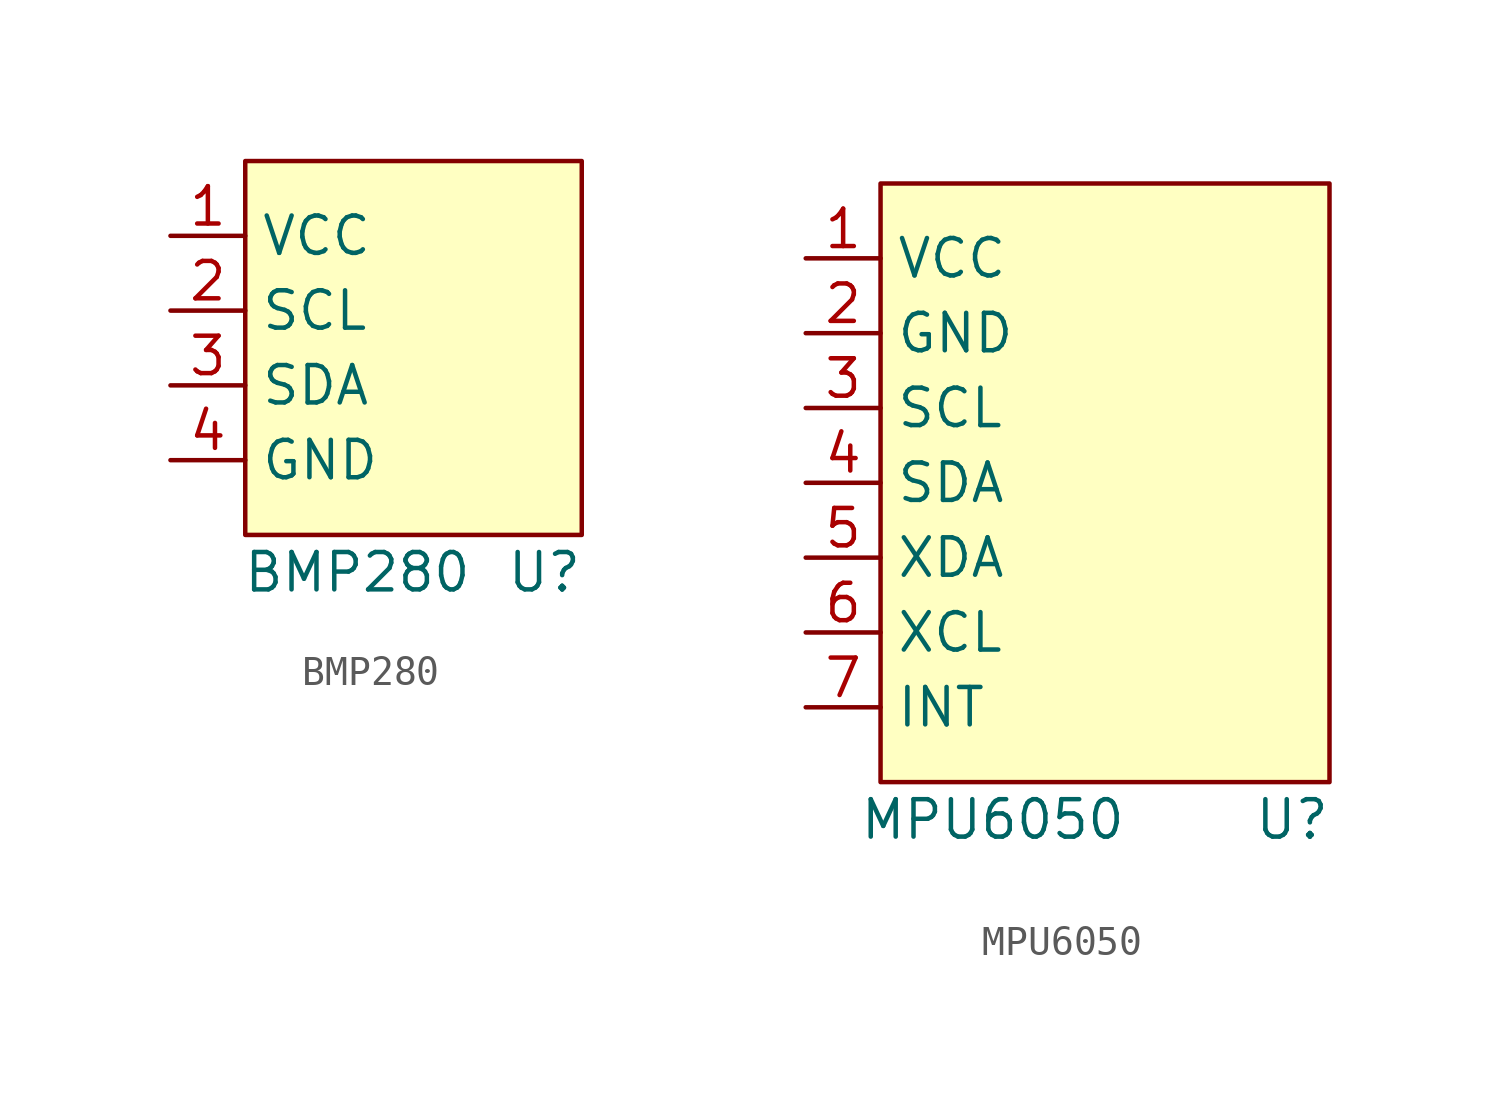
<source format=kicad_sym>
(kicad_symbol_lib
  (version 20211014)
  (generator kicad_symbol_editor)
  (symbol "BMP280"
    (property "Reference" "U"
      (at 5.08 -5.08 0)
      (effects (font (size 1.27 1.27))))
    (property "Value" "BMP280"
      (at -1.27 -5.08 0)
      (effects (font (size 1.27 1.27))))
    (symbol "BMP280_0_1"
      (rectangle (start -5.08 8.89) (end 6.35 -3.81) (stroke (width 0) (type default) (color 0 0 0 0)) (fill (type background))))
    (symbol "BMP280_1_1"
      (pin input line (at -7.62 6.35 0) (length 2.54) (name "VCC" (effects (font (size 1.27 1.27)))) (number "1" (effects (font (size 1.27 1.27)))))
      (pin input line (at -7.62 3.81 0) (length 2.54) (name "SCL" (effects (font (size 1.27 1.27)))) (number "2" (effects (font (size 1.27 1.27)))))
      (pin input line (at -7.62 1.27 0) (length 2.54) (name "SDA" (effects (font (size 1.27 1.27)))) (number "3" (effects (font (size 1.27 1.27)))))
      (pin input line (at -7.62 -1.27 0) (length 2.54) (name "GND" (effects (font (size 1.27 1.27)))) (number "4" (effects (font (size 1.27 1.27)))))))
  (symbol "MPU6050"
    (property "Reference" "U"
      (at 6.35 -10.16 0)
      (effects (font (size 1.27 1.27))))
    (property "Value" "MPU6050"
      (at -3.81 -10.16 0)
      (effects (font (size 1.27 1.27))))
    (symbol "MPU6050_0_1"
      (rectangle (start -7.62 11.43) (end 7.62 -8.89) (stroke (width 0) (type default) (color 0 0 0 0)) (fill (type background))))
    (symbol "MPU6050_1_1"
      (pin input line (at -10.16 8.89 0) (length 2.54) (name "VCC" (effects (font (size 1.27 1.27)))) (number "1" (effects (font (size 1.27 1.27)))))
      (pin input line (at -10.16 6.35 0) (length 2.54) (name "GND" (effects (font (size 1.27 1.27)))) (number "2" (effects (font (size 1.27 1.27)))))
      (pin input line (at -10.16 3.81 0) (length 2.54) (name "SCL" (effects (font (size 1.27 1.27)))) (number "3" (effects (font (size 1.27 1.27)))))
      (pin input line (at -10.16 1.27 0) (length 2.54) (name "SDA" (effects (font (size 1.27 1.27)))) (number "4" (effects (font (size 1.27 1.27)))))
      (pin input line (at -10.16 -1.27 0) (length 2.54) (name "XDA" (effects (font (size 1.27 1.27)))) (number "5" (effects (font (size 1.27 1.27)))))
      (pin input line (at -10.16 -3.81 0) (length 2.54) (name "XCL" (effects (font (size 1.27 1.27)))) (number "6" (effects (font (size 1.27 1.27)))))
      (pin input line (at -10.16 -6.35 0) (length 2.54) (name "INT" (effects (font (size 1.27 1.27)))) (number "7" (effects (font (size 1.27 1.27))))))))
</source>
